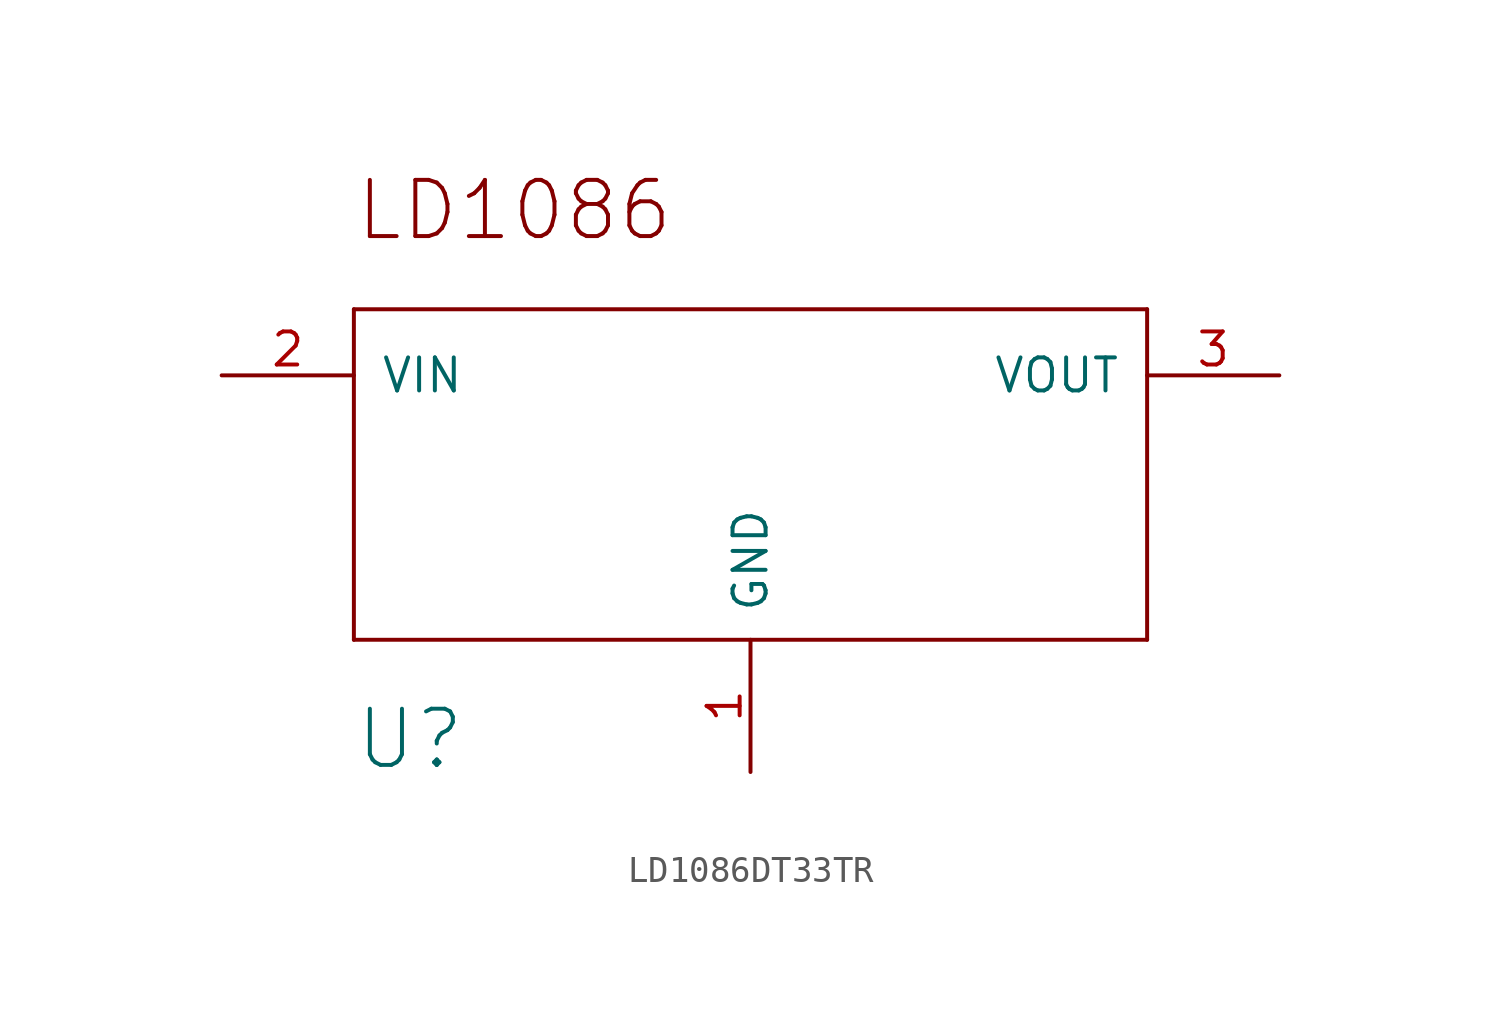
<source format=kicad_sym>
(kicad_symbol_lib
  (version 20211014)
  (generator kicad_symbol_editor)
  (symbol "LD1086DT33TR"
    (pin_names
      (offset 1.016))
    (property "Reference" "U"
      (at -15.24 -12.7 0)
      (effects (font (size 2.159 2.159)) (justify left bottom)))
    (property "ki_locked" ""
      (at 0 0 0)
      (effects (font (size 1.27 1.27))))
    (symbol "LD1086DT33TR_1_0"
      (polyline (pts (xy -15.24 -7.62) (xy -15.24 5.08)) (stroke (width 0) (type default) (color 0 0 0 0)) (fill (type none)))
      (polyline (pts (xy -15.24 5.08) (xy 15.24 5.08)) (stroke (width 0) (type default) (color 0 0 0 0)) (fill (type none)))
      (polyline (pts (xy 15.24 -7.62) (xy -15.24 -7.62)) (stroke (width 0) (type default) (color 0 0 0 0)) (fill (type none)))
      (polyline (pts (xy 15.24 5.08) (xy 15.24 -7.62)) (stroke (width 0) (type default) (color 0 0 0 0)) (fill (type none)))
      (text "LD1086" (at -15.24 7.62 0) (effects (font (size 2.159 2.159)) (justify left bottom)))
      (pin bidirectional line (at 0 -12.7 90) (length 5.08) (name "GND" (effects (font (size 1.27 1.27)))) (number "1" (effects (font (size 1.27 1.27)))))
      (pin bidirectional line (at -20.32 2.54 0) (length 5.08) (name "VIN" (effects (font (size 1.27 1.27)))) (number "2" (effects (font (size 1.27 1.27)))))
      (pin bidirectional line (at 20.32 2.54 180) (length 5.08) (name "VOUT" (effects (font (size 1.27 1.27)))) (number "3" (effects (font (size 1.27 1.27))))))))
</source>
